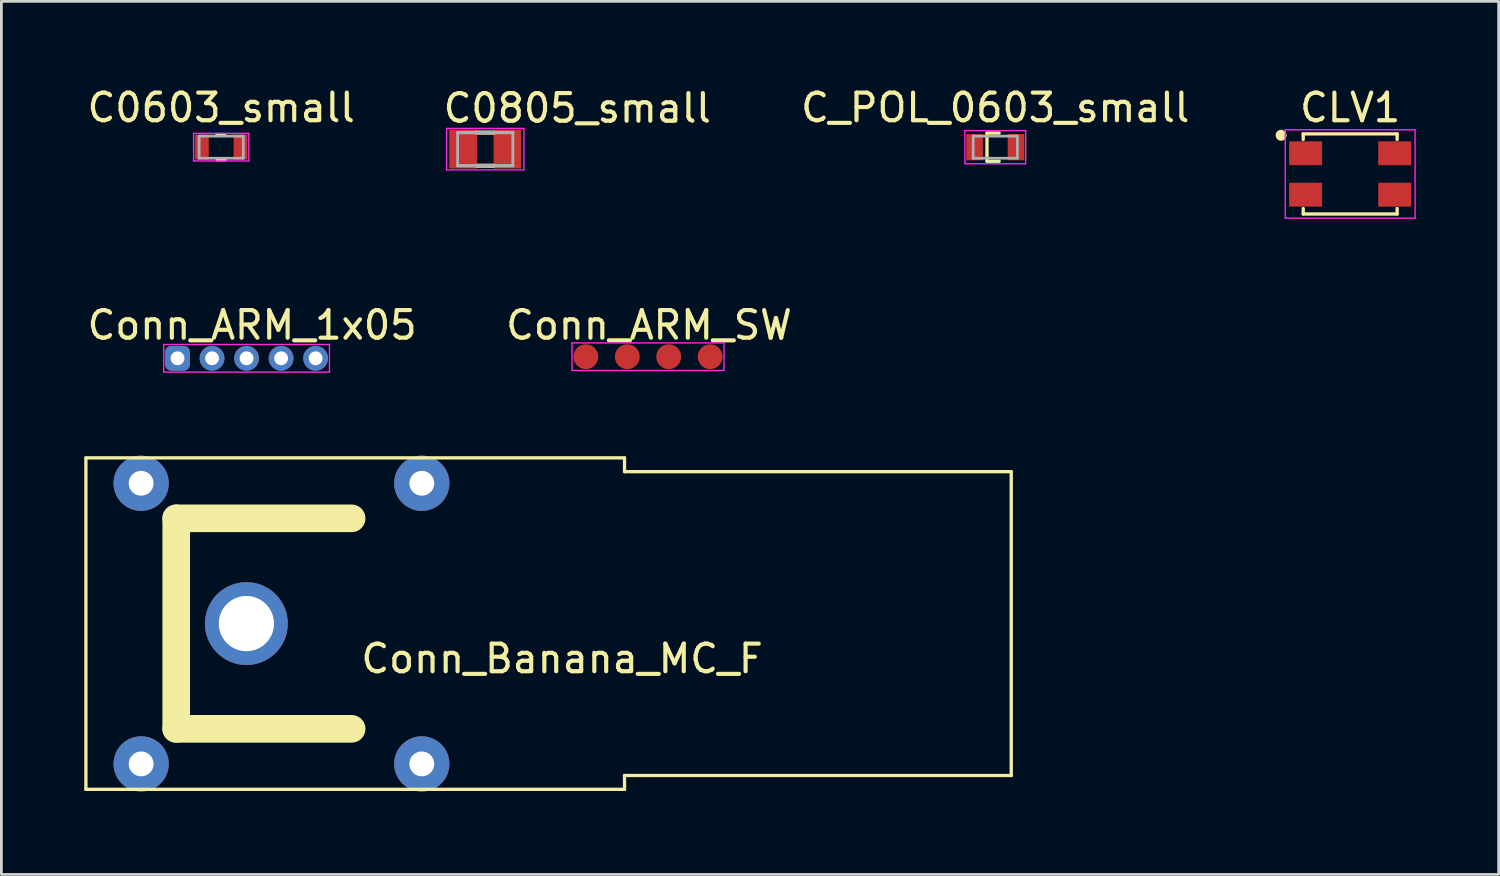
<source format=kicad_pcb>
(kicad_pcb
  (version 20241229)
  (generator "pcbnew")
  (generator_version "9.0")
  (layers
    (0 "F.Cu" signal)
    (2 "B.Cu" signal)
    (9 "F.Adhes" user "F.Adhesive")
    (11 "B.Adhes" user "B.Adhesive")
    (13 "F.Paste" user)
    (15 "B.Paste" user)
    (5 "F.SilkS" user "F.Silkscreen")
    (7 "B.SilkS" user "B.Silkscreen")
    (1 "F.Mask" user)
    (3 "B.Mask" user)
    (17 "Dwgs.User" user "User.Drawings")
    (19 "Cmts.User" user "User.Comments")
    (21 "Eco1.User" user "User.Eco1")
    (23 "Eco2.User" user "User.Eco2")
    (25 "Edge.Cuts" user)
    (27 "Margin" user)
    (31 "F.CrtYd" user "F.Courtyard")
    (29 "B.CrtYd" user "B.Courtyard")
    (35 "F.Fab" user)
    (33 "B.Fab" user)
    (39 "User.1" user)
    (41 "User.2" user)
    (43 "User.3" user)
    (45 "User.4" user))
  (footprint "Conn_Banana_MC_F"
    (layer "F.Cu")
    (at 7.14 19.526)
    (property "Reference" "Conn_Banana_MC_F" (at 10.16 1.27 0) (layer "F.SilkS") (effects (font (size 1 1) (thickness 0.15))))
    (attr through_hole)
    (fp_line (start -7.08 6) (end -7.08 -6) (stroke (width 0.12) (type solid)) (layer "F.SilkS"))
    (fp_line (start -3.81 -3.81) (end -3.81 3.81) (stroke (width 1) (type solid)) (layer "F.SilkS"))
    (fp_line (start -3.81 3.81) (end 2.54 3.81) (stroke (width 1) (type solid)) (layer "F.SilkS"))
    (fp_line (start 2.54 -3.81) (end -3.81 -3.81) (stroke (width 1) (type solid)) (layer "F.SilkS"))
    (fp_line (start 12.42 -6) (end -7.08 -6) (stroke (width 0.12) (type solid)) (layer "F.SilkS"))
    (fp_line (start 12.42 -6) (end 12.42 -5.5) (stroke (width 0.12) (type solid)) (layer "F.SilkS"))
    (fp_line (start 12.42 -5.5) (end 26.42 -5.5) (stroke (width 0.12) (type solid)) (layer "F.SilkS"))
    (fp_line (start 12.42 5.5) (end 12.42 6) (stroke (width 0.12) (type solid)) (layer "F.SilkS"))
    (fp_line (start 12.42 6) (end -7.08 6) (stroke (width 0.12) (type solid)) (layer "F.SilkS"))
    (fp_line (start 26.42 -5.5) (end 26.42 5.5) (stroke (width 0.12) (type solid)) (layer "F.SilkS"))
    (fp_line (start 26.42 5.5) (end 12.42 5.5) (stroke (width 0.12) (type solid)) (layer "F.SilkS"))
    (pad "1" thru_hole circle (at -1.27 0) (size 3 3) (drill 2) (layers "*.Cu" "*.Mask"))
    (pad "2" thru_hole circle (at -5.08 -5.08) (size 2 2) (drill 0.9) (layers "*.Cu" "*.Mask"))
    (pad "3" thru_hole circle (at -5.08 5.08) (size 2 2) (drill 0.9) (layers "*.Cu" "*.Mask"))
    (pad "4" thru_hole circle (at 5.08 5.08) (size 2 2) (drill 0.9) (layers "*.Cu" "*.Mask"))
    (pad "5" thru_hole circle (at 5.08 -5.08) (size 2 2) (drill 0.9) (layers "*.Cu" "*.Mask")))
  (footprint "C_POL_0603_small"
    (layer "F.Cu")
    (at 32.982 2.278)
    (property "Reference" "C_POL_0603_small" (at 0 -1.43 0) (layer "F.SilkS") (effects (font (size 1 1) (thickness 0.15))))
    (attr smd)
    (fp_line (start -0.3 -0.51) (end 0.141 -0.51) (stroke (width 0.12) (type solid)) (layer "F.SilkS"))
    (fp_line (start -0.3 -0.5) (end -0.3 0.5) (stroke (width 0.12) (type solid)) (layer "F.SilkS"))
    (fp_line (start -0.3 0.51) (end 0.141 0.51) (stroke (width 0.12) (type solid)) (layer "F.SilkS"))
    (fp_line (start -1.1 -0.6) (end 1.1 -0.6) (stroke (width 0.05) (type solid)) (layer "F.CrtYd"))
    (fp_line (start -1.1 0.6) (end -1.1 -0.6) (stroke (width 0.05) (type solid)) (layer "F.CrtYd"))
    (fp_line (start 1.1 -0.6) (end 1.1 0.6) (stroke (width 0.05) (type solid)) (layer "F.CrtYd"))
    (fp_line (start 1.1 0.6) (end -1.1 0.6) (stroke (width 0.05) (type solid)) (layer "F.CrtYd"))
    (fp_line (start -0.8 -0.4) (end 0.8 -0.4) (stroke (width 0.1) (type solid)) (layer "F.Fab"))
    (fp_line (start -0.8 0.4) (end -0.8 -0.4) (stroke (width 0.1) (type solid)) (layer "F.Fab"))
    (fp_line (start 0.8 -0.4) (end 0.8 0.4) (stroke (width 0.1) (type solid)) (layer "F.Fab"))
    (fp_line (start 0.8 0.4) (end -0.8 0.4) (stroke (width 0.1) (type solid)) (layer "F.Fab"))
    (pad "1" smd rect (at -0.75 0) (size 0.6 0.95) (layers "F.Cu" "F.Mask" "F.Paste"))
    (pad "2" smd rect (at 0.75 0) (size 0.6 0.95) (layers "F.Cu" "F.Mask" "F.Paste")))
  (footprint "Conn_ARM_1x05"
    (layer "F.Cu")
    (at 3.377 9.921)
    (property "Reference" "Conn_ARM_1x05" (at 2.7 -1.2 0) (layer "F.SilkS") (effects (font (size 1 1) (thickness 0.15))))
    (attr through_hole)
    (fp_line (start -0.5 -0.5) (end -0.5 0.5) (stroke (width 0.05) (type solid)) (layer "F.CrtYd"))
    (fp_line (start -0.5 0.5) (end 5.5 0.5) (stroke (width 0.05) (type solid)) (layer "F.CrtYd"))
    (fp_line (start 5.5 -0.5) (end -0.5 -0.5) (stroke (width 0.05) (type solid)) (layer "F.CrtYd"))
    (fp_line (start 5.5 -0.5) (end 5.5 0.5) (stroke (width 0.05) (type solid)) (layer "F.CrtYd"))
    (pad "1" thru_hole roundrect (at 0 0) (size 0.9 0.9) (drill 0.5) (layers "*.Cu" "*.Mask") (roundrect_rratio 0.25))
    (pad "2" thru_hole oval (at 1.25 0) (size 0.9 0.9) (drill 0.5) (layers "*.Cu" "*.Mask"))
    (pad "3" thru_hole oval (at 2.5 0) (size 0.9 0.9) (drill 0.5) (layers "*.Cu" "*.Mask"))
    (pad "4" thru_hole oval (at 3.75 0) (size 0.9 0.9) (drill 0.5) (layers "*.Cu" "*.Mask"))
    (pad "5" thru_hole oval (at 5 0) (size 0.9 0.9) (drill 0.5) (layers "*.Cu" "*.Mask")))
  (footprint "CLV1"
    (layer "F.Cu")
    (at 45.831 3.248)
    (property "Reference" "CLV1" (at 0 -2.4 0) (unlocked yes) (layer "F.SilkS") (effects (font (size 1 1) (thickness 0.15))))
    (attr smd)
    (fp_line (start -1.7 -1.45) (end 1.7 -1.45) (stroke (width 0.12) (type solid)) (layer "F.SilkS"))
    (fp_line (start -1.7 -1.25) (end -1.7 -1.45) (stroke (width 0.12) (type solid)) (layer "F.SilkS"))
    (fp_line (start -1.7 1.25) (end -1.7 1.45) (stroke (width 0.12) (type solid)) (layer "F.SilkS"))
    (fp_line (start -1.7 1.45) (end 1.7 1.45) (stroke (width 0.12) (type solid)) (layer "F.SilkS"))
    (fp_line (start 1.7 -1.45) (end 1.7 -1.25) (stroke (width 0.12) (type solid)) (layer "F.SilkS"))
    (fp_line (start 1.7 1.45) (end 1.7 1.25) (stroke (width 0.12) (type solid)) (layer "F.SilkS"))
    (fp_circle (center -2.5 -1.4) (end -2.4 -1.4) (stroke (width 0.2) (type solid)) (fill no) (layer "F.SilkS"))
    (fp_line (start -2.35 -1.6) (end 2.35 -1.6) (stroke (width 0.05) (type solid)) (layer "F.CrtYd"))
    (fp_line (start -2.35 1.6) (end -2.35 -1.6) (stroke (width 0.05) (type solid)) (layer "F.CrtYd"))
    (fp_line (start 2.35 -1.6) (end 2.35 1.6) (stroke (width 0.05) (type solid)) (layer "F.CrtYd"))
    (fp_line (start 2.35 1.6) (end -2.35 1.6) (stroke (width 0.05) (type solid)) (layer "F.CrtYd"))
    (pad "1" smd rect (at -1.613 -0.75) (size 1.194 0.864) (layers "F.Cu" "F.Mask" "F.Paste"))
    (pad "2" smd rect (at -1.613 0.75) (size 1.194 0.864) (layers "F.Cu" "F.Mask" "F.Paste"))
    (pad "3" smd rect (at 1.613 0.75) (size 1.194 0.864) (layers "F.Cu" "F.Mask" "F.Paste"))
    (pad "4" smd rect (at 1.613 -0.75) (size 1.194 0.864) (layers "F.Cu" "F.Mask" "F.Paste")))
  (footprint "C0805_small"
    (layer "F.Cu")
    (at 14.517 2.35)
    (property "Reference" "C0805_small" (at -1.6 -0.9 180) (layer "F.SilkS") (effects (font (size 1 1) (thickness 0.15)) (justify left bottom)))
    (attr through_hole)
    (fp_line (start -0.3 -0.6) (end 0.3 -0.6) (stroke (width 0.15) (type solid)) (layer "F.SilkS"))
    (fp_line (start 0.3 0.6) (end -0.3 0.6) (stroke (width 0.15) (type solid)) (layer "F.SilkS"))
    (fp_line (start -1.4 -0.75) (end 1.4 -0.75) (stroke (width 0.05) (type solid)) (layer "F.CrtYd"))
    (fp_line (start -1.4 0.75) (end -1.4 -0.75) (stroke (width 0.05) (type solid)) (layer "F.CrtYd"))
    (fp_line (start 1.4 -0.75) (end 1.4 0.75) (stroke (width 0.05) (type solid)) (layer "F.CrtYd"))
    (fp_line (start 1.4 0.75) (end -1.4 0.75) (stroke (width 0.05) (type solid)) (layer "F.CrtYd"))
    (fp_line (start -1 -0.6) (end -1 0.6) (stroke (width 0.1) (type solid)) (layer "F.Fab"))
    (fp_line (start -1 -0.6) (end 1 -0.6) (stroke (width 0.12) (type solid)) (layer "F.Fab"))
    (fp_line (start -1 0.6) (end 1 0.6) (stroke (width 0.12) (type solid)) (layer "F.Fab"))
    (fp_line (start 1 -0.6) (end 1 0.6) (stroke (width 0.1) (type solid)) (layer "F.Fab"))
    (pad "1" smd rect (at -0.8 0) (size 1 1.4) (layers "F.Cu" "F.Mask" "F.Paste"))
    (pad "2" smd rect (at 0.8 0) (size 1 1.4) (layers "F.Cu" "F.Mask" "F.Paste")))
  (footprint "C0603_small"
    (layer "F.Cu")
    (at 4.958 2.278)
    (property "Reference" "C0603_small" (at 0 -1.43 0) (layer "F.SilkS") (effects (font (size 1 1) (thickness 0.15))))
    (attr smd)
    (fp_line (start -0.152 -0.457) (end 0.129 -0.457) (stroke (width 0.12) (type solid)) (layer "F.SilkS"))
    (fp_line (start -0.141 0.457) (end 0.141 0.457) (stroke (width 0.12) (type solid)) (layer "F.SilkS"))
    (fp_line (start -1 -0.5) (end 1 -0.5) (stroke (width 0.05) (type solid)) (layer "F.CrtYd"))
    (fp_line (start -1 0.5) (end -1 -0.5) (stroke (width 0.05) (type solid)) (layer "F.CrtYd"))
    (fp_line (start 1 -0.5) (end 1 0.5) (stroke (width 0.05) (type solid)) (layer "F.CrtYd"))
    (fp_line (start 1 0.5) (end -1 0.5) (stroke (width 0.05) (type solid)) (layer "F.CrtYd"))
    (fp_line (start -0.8 -0.4) (end 0.8 -0.4) (stroke (width 0.1) (type solid)) (layer "F.Fab"))
    (fp_line (start -0.8 0.4) (end -0.8 -0.4) (stroke (width 0.1) (type solid)) (layer "F.Fab"))
    (fp_line (start 0.8 -0.4) (end 0.8 0.4) (stroke (width 0.1) (type solid)) (layer "F.Fab"))
    (fp_line (start 0.8 0.4) (end -0.8 0.4) (stroke (width 0.1) (type solid)) (layer "F.Fab"))
    (pad "1" smd rect (at -0.7 0) (size 0.5 0.9) (layers "F.Cu" "F.Mask" "F.Paste"))
    (pad "2" smd rect (at 0.7 0) (size 0.5 0.9) (layers "F.Cu" "F.Mask" "F.Paste")))
  (footprint "Conn_ARM_SW"
    (layer "F.Cu")
    (at 18.16 9.864)
    (property "Reference" "Conn_ARM_SW" (at 2.286 -1.143 0) (layer "F.SilkS") (effects (font (size 1 1) (thickness 0.15))))
    (attr through_hole)
    (fp_line (start -0.5 -0.5) (end -0.5 0.5) (stroke (width 0.05) (type solid)) (layer "F.CrtYd"))
    (fp_line (start -0.5 0.5) (end 5 0.5) (stroke (width 0.05) (type solid)) (layer "F.CrtYd"))
    (fp_line (start 5 -0.5) (end -0.5 -0.5) (stroke (width 0.05) (type solid)) (layer "F.CrtYd"))
    (fp_line (start 5 0.5) (end 5 -0.5) (stroke (width 0.05) (type solid)) (layer "F.CrtYd"))
    (pad "1" smd oval (at 0 0) (size 0.9 0.9) (layers "F.Cu" "F.Mask" "F.Paste"))
    (pad "2" smd oval (at 1.5 0) (size 0.9 0.9) (layers "F.Cu" "F.Mask" "F.Paste"))
    (pad "3" smd oval (at 3 0) (size 0.9 0.9) (layers "F.Cu" "F.Mask" "F.Paste"))
    (pad "4" smd oval (at 4.5 0) (size 0.9 0.9) (layers "F.Cu" "F.Mask" "F.Paste")))
  (gr_rect
    (start -3 -3)
    (end 51.206 28.607)
    (stroke (width 0.1) (type default))
    (fill no)
    (layer "Edge.Cuts")))
</source>
